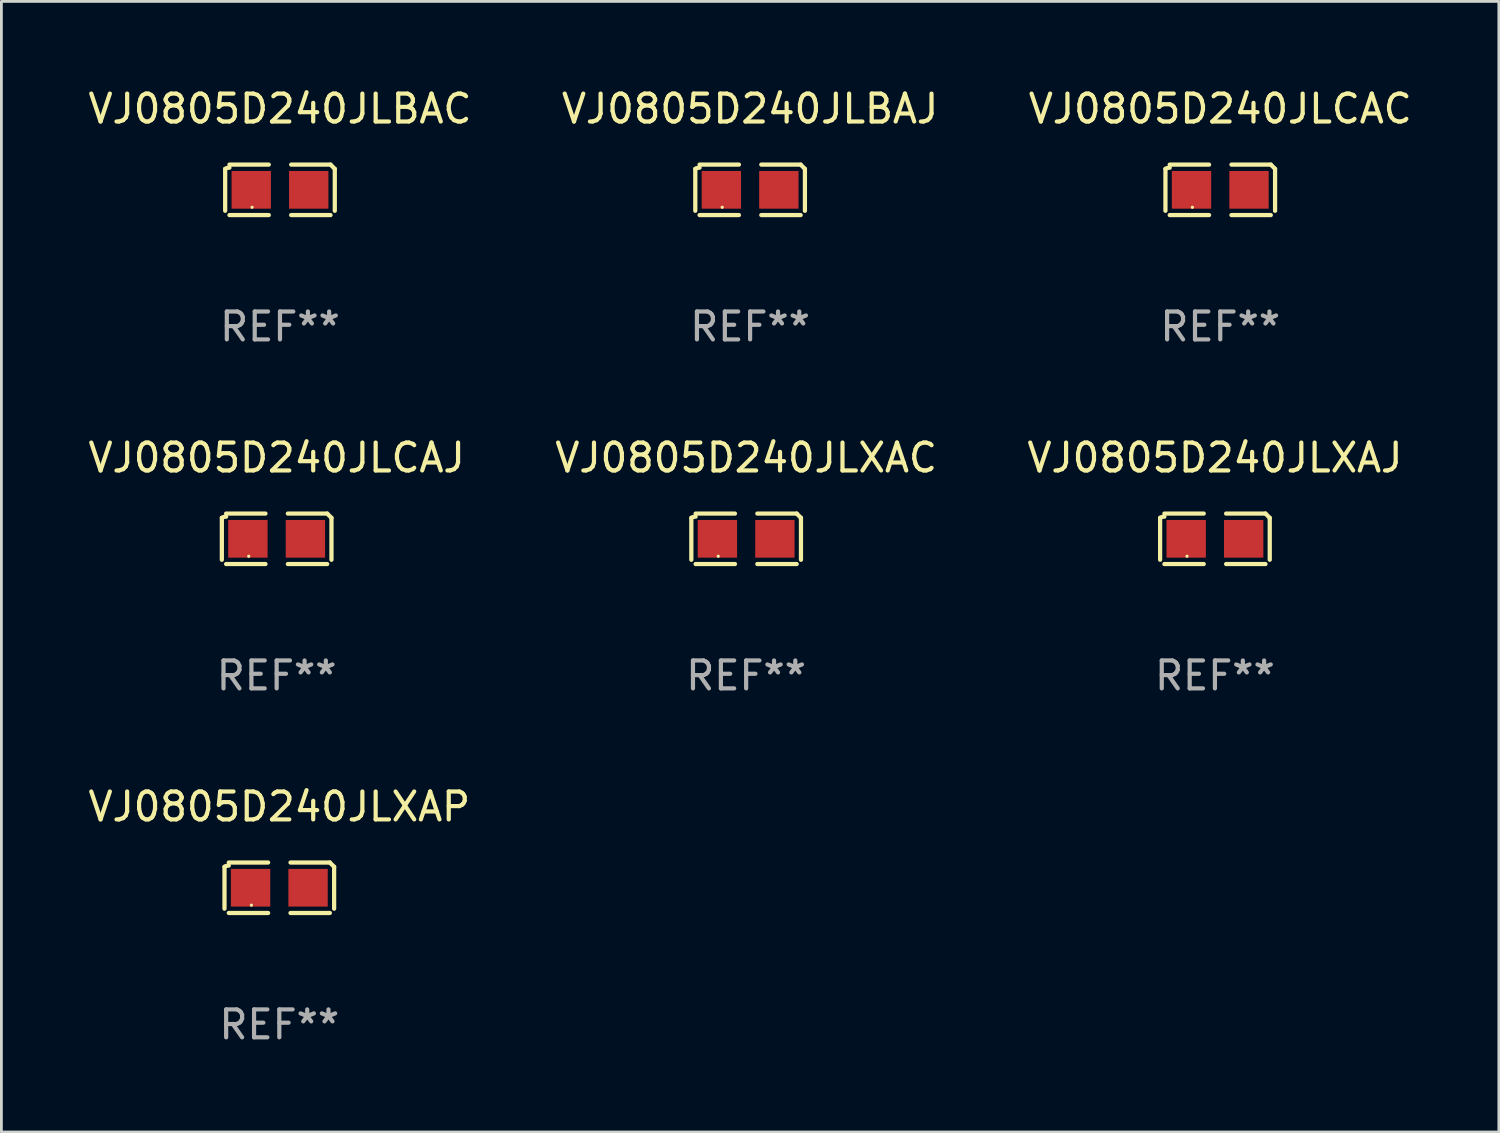
<source format=kicad_pcb>
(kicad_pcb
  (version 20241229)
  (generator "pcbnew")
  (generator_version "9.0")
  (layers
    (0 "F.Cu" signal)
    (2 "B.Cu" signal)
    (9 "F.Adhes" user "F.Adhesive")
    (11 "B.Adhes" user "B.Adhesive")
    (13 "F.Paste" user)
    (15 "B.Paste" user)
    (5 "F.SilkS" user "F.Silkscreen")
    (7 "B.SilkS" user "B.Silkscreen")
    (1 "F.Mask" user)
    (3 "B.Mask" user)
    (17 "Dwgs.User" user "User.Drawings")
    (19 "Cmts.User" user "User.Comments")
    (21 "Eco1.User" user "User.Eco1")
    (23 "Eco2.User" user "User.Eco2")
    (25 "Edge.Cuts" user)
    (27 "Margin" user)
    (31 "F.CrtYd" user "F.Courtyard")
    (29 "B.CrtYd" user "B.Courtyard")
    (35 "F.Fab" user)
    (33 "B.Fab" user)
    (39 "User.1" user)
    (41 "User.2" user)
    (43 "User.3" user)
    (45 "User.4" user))
  (footprint "VJ0805D240JLCAC"
    (layer "F.Cu")
    (at 40.673 3.752)
    (property "Reference" "VJ0805D240JLCAC" (at 0 -2.904 0) (layer "F.SilkS") (effects (font (size 1 1) (thickness 0.15))))
    (attr through_hole)
    (fp_line (start -1.964 0.751) (end -1.964 -0.751) (stroke (width 0.152) (type solid)) (layer "F.SilkS"))
    (fp_line (start -1.811 -0.904) (end -0.401 -0.904) (stroke (width 0.152) (type solid)) (layer "F.SilkS"))
    (fp_line (start -0.401 0.904) (end -1.811 0.904) (stroke (width 0.152) (type solid)) (layer "F.SilkS"))
    (fp_line (start 0.401 0.904) (end 1.811 0.904) (stroke (width 0.152) (type solid)) (layer "F.SilkS"))
    (fp_line (start 1.811 -0.904) (end 0.401 -0.904) (stroke (width 0.152) (type solid)) (layer "F.SilkS"))
    (fp_line (start 1.964 0.751) (end 1.964 -0.751) (stroke (width 0.152) (type solid)) (layer "F.SilkS"))
    (fp_arc (start -1.963602 -0.751207) (mid -1.890354 -0.783131) (end -1.811201 -0.794044) (stroke (width 0.1524) (type solid)) (layer "F.SilkS"))
    (fp_arc (start 1.811202 -0.903607) (mid 1.887413 -0.827418) (end 1.963602 -0.751207) (stroke (width 0.1524) (type solid)) (layer "F.SilkS"))
    (fp_circle (center -1 0.625) (end -0.97 0.625) (stroke (width 0.06) (type solid)) (fill no) (layer "F.SilkS"))
    (fp_text user "REF**" (at 0 4.904 0) (layer "F.Fab") (effects (font (size 1 1) (thickness 0.15))))
    (pad "1" smd rect (at -1.03 0) (size 1.41 1.35) (layers "F.Cu" "F.Mask" "F.Paste"))
    (pad "2" smd rect (at 1.03 0) (size 1.41 1.35) (layers "F.Cu" "F.Mask" "F.Paste")))
  (footprint "VJ0805D240JLCAJ"
    (layer "F.Cu")
    (at 6.863 16.256)
    (property "Reference" "VJ0805D240JLCAJ" (at 0 -2.904 0) (layer "F.SilkS") (effects (font (size 1 1) (thickness 0.15))))
    (attr through_hole)
    (fp_line (start -1.964 0.751) (end -1.964 -0.751) (stroke (width 0.152) (type solid)) (layer "F.SilkS"))
    (fp_line (start -1.811 -0.904) (end -0.401 -0.904) (stroke (width 0.152) (type solid)) (layer "F.SilkS"))
    (fp_line (start -0.401 0.904) (end -1.811 0.904) (stroke (width 0.152) (type solid)) (layer "F.SilkS"))
    (fp_line (start 0.401 0.904) (end 1.811 0.904) (stroke (width 0.152) (type solid)) (layer "F.SilkS"))
    (fp_line (start 1.811 -0.904) (end 0.401 -0.904) (stroke (width 0.152) (type solid)) (layer "F.SilkS"))
    (fp_line (start 1.964 0.751) (end 1.964 -0.751) (stroke (width 0.152) (type solid)) (layer "F.SilkS"))
    (fp_arc (start -1.963602 -0.751207) (mid -1.890354 -0.783131) (end -1.811201 -0.794044) (stroke (width 0.1524) (type solid)) (layer "F.SilkS"))
    (fp_arc (start 1.811202 -0.903607) (mid 1.887413 -0.827418) (end 1.963602 -0.751207) (stroke (width 0.1524) (type solid)) (layer "F.SilkS"))
    (fp_circle (center -1 0.625) (end -0.97 0.625) (stroke (width 0.06) (type solid)) (fill no) (layer "F.SilkS"))
    (fp_text user "REF**" (at 0 4.904 0) (layer "F.Fab") (effects (font (size 1 1) (thickness 0.15))))
    (pad "1" smd rect (at -1.03 0) (size 1.41 1.35) (layers "F.Cu" "F.Mask" "F.Paste"))
    (pad "2" smd rect (at 1.03 0) (size 1.41 1.35) (layers "F.Cu" "F.Mask" "F.Paste")))
  (footprint "VJ0805D240JLBAJ"
    (layer "F.Cu")
    (at 23.827 3.752)
    (property "Reference" "VJ0805D240JLBAJ" (at 0 -2.904 0) (layer "F.SilkS") (effects (font (size 1 1) (thickness 0.15))))
    (attr through_hole)
    (fp_line (start -1.964 0.751) (end -1.964 -0.751) (stroke (width 0.152) (type solid)) (layer "F.SilkS"))
    (fp_line (start -1.811 -0.904) (end -0.401 -0.904) (stroke (width 0.152) (type solid)) (layer "F.SilkS"))
    (fp_line (start -0.401 0.904) (end -1.811 0.904) (stroke (width 0.152) (type solid)) (layer "F.SilkS"))
    (fp_line (start 0.401 0.904) (end 1.811 0.904) (stroke (width 0.152) (type solid)) (layer "F.SilkS"))
    (fp_line (start 1.811 -0.904) (end 0.401 -0.904) (stroke (width 0.152) (type solid)) (layer "F.SilkS"))
    (fp_line (start 1.964 0.751) (end 1.964 -0.751) (stroke (width 0.152) (type solid)) (layer "F.SilkS"))
    (fp_arc (start -1.963602 -0.751207) (mid -1.890354 -0.783131) (end -1.811201 -0.794044) (stroke (width 0.1524) (type solid)) (layer "F.SilkS"))
    (fp_arc (start 1.811202 -0.903607) (mid 1.887413 -0.827418) (end 1.963602 -0.751207) (stroke (width 0.1524) (type solid)) (layer "F.SilkS"))
    (fp_circle (center -1 0.625) (end -0.97 0.625) (stroke (width 0.06) (type solid)) (fill no) (layer "F.SilkS"))
    (fp_text user "REF**" (at 0 4.904 0) (layer "F.Fab") (effects (font (size 1 1) (thickness 0.15))))
    (pad "1" smd rect (at -1.03 0) (size 1.41 1.35) (layers "F.Cu" "F.Mask" "F.Paste"))
    (pad "2" smd rect (at 1.03 0) (size 1.41 1.35) (layers "F.Cu" "F.Mask" "F.Paste")))
  (footprint "VJ0805D240JLBAC"
    (layer "F.Cu")
    (at 6.982 3.752)
    (property "Reference" "VJ0805D240JLBAC" (at 0 -2.904 0) (layer "F.SilkS") (effects (font (size 1 1) (thickness 0.15))))
    (attr through_hole)
    (fp_line (start -1.964 0.751) (end -1.964 -0.751) (stroke (width 0.152) (type solid)) (layer "F.SilkS"))
    (fp_line (start -1.811 -0.904) (end -0.401 -0.904) (stroke (width 0.152) (type solid)) (layer "F.SilkS"))
    (fp_line (start -0.401 0.904) (end -1.811 0.904) (stroke (width 0.152) (type solid)) (layer "F.SilkS"))
    (fp_line (start 0.401 0.904) (end 1.811 0.904) (stroke (width 0.152) (type solid)) (layer "F.SilkS"))
    (fp_line (start 1.811 -0.904) (end 0.401 -0.904) (stroke (width 0.152) (type solid)) (layer "F.SilkS"))
    (fp_line (start 1.964 0.751) (end 1.964 -0.751) (stroke (width 0.152) (type solid)) (layer "F.SilkS"))
    (fp_arc (start -1.963602 -0.751207) (mid -1.890354 -0.783131) (end -1.811201 -0.794044) (stroke (width 0.1524) (type solid)) (layer "F.SilkS"))
    (fp_arc (start 1.811202 -0.903607) (mid 1.887413 -0.827418) (end 1.963602 -0.751207) (stroke (width 0.1524) (type solid)) (layer "F.SilkS"))
    (fp_circle (center -1 0.625) (end -0.97 0.625) (stroke (width 0.06) (type solid)) (fill no) (layer "F.SilkS"))
    (fp_text user "REF**" (at 0 4.904 0) (layer "F.Fab") (effects (font (size 1 1) (thickness 0.15))))
    (pad "1" smd rect (at -1.03 0) (size 1.41 1.35) (layers "F.Cu" "F.Mask" "F.Paste"))
    (pad "2" smd rect (at 1.03 0) (size 1.41 1.35) (layers "F.Cu" "F.Mask" "F.Paste")))
  (footprint "VJ0805D240JLXAP"
    (layer "F.Cu")
    (at 6.958 28.759)
    (property "Reference" "VJ0805D240JLXAP" (at 0 -2.904 0) (layer "F.SilkS") (effects (font (size 1 1) (thickness 0.15))))
    (attr through_hole)
    (fp_line (start -1.964 0.751) (end -1.964 -0.751) (stroke (width 0.152) (type solid)) (layer "F.SilkS"))
    (fp_line (start -1.811 -0.904) (end -0.401 -0.904) (stroke (width 0.152) (type solid)) (layer "F.SilkS"))
    (fp_line (start -0.401 0.904) (end -1.811 0.904) (stroke (width 0.152) (type solid)) (layer "F.SilkS"))
    (fp_line (start 0.401 0.904) (end 1.811 0.904) (stroke (width 0.152) (type solid)) (layer "F.SilkS"))
    (fp_line (start 1.811 -0.904) (end 0.401 -0.904) (stroke (width 0.152) (type solid)) (layer "F.SilkS"))
    (fp_line (start 1.964 0.751) (end 1.964 -0.751) (stroke (width 0.152) (type solid)) (layer "F.SilkS"))
    (fp_arc (start -1.963602 -0.751207) (mid -1.890354 -0.783131) (end -1.811201 -0.794044) (stroke (width 0.1524) (type solid)) (layer "F.SilkS"))
    (fp_arc (start 1.811202 -0.903607) (mid 1.887413 -0.827418) (end 1.963602 -0.751207) (stroke (width 0.1524) (type solid)) (layer "F.SilkS"))
    (fp_circle (center -1 0.625) (end -0.97 0.625) (stroke (width 0.06) (type solid)) (fill no) (layer "F.SilkS"))
    (fp_text user "REF**" (at 0 4.904 0) (layer "F.Fab") (effects (font (size 1 1) (thickness 0.15))))
    (pad "1" smd rect (at -1.03 0) (size 1.41 1.35) (layers "F.Cu" "F.Mask" "F.Paste"))
    (pad "2" smd rect (at 1.03 0) (size 1.41 1.35) (layers "F.Cu" "F.Mask" "F.Paste")))
  (footprint "VJ0805D240JLXAC"
    (layer "F.Cu")
    (at 23.685 16.256)
    (property "Reference" "VJ0805D240JLXAC" (at 0 -2.904 0) (layer "F.SilkS") (effects (font (size 1 1) (thickness 0.15))))
    (attr through_hole)
    (fp_line (start -1.964 0.751) (end -1.964 -0.751) (stroke (width 0.152) (type solid)) (layer "F.SilkS"))
    (fp_line (start -1.811 -0.904) (end -0.401 -0.904) (stroke (width 0.152) (type solid)) (layer "F.SilkS"))
    (fp_line (start -0.401 0.904) (end -1.811 0.904) (stroke (width 0.152) (type solid)) (layer "F.SilkS"))
    (fp_line (start 0.401 0.904) (end 1.811 0.904) (stroke (width 0.152) (type solid)) (layer "F.SilkS"))
    (fp_line (start 1.811 -0.904) (end 0.401 -0.904) (stroke (width 0.152) (type solid)) (layer "F.SilkS"))
    (fp_line (start 1.964 0.751) (end 1.964 -0.751) (stroke (width 0.152) (type solid)) (layer "F.SilkS"))
    (fp_arc (start -1.963602 -0.751207) (mid -1.890354 -0.783131) (end -1.811201 -0.794044) (stroke (width 0.1524) (type solid)) (layer "F.SilkS"))
    (fp_arc (start 1.811202 -0.903607) (mid 1.887413 -0.827418) (end 1.963602 -0.751207) (stroke (width 0.1524) (type solid)) (layer "F.SilkS"))
    (fp_circle (center -1 0.625) (end -0.97 0.625) (stroke (width 0.06) (type solid)) (fill no) (layer "F.SilkS"))
    (fp_text user "REF**" (at 0 4.904 0) (layer "F.Fab") (effects (font (size 1 1) (thickness 0.15))))
    (pad "1" smd rect (at -1.03 0) (size 1.41 1.35) (layers "F.Cu" "F.Mask" "F.Paste"))
    (pad "2" smd rect (at 1.03 0) (size 1.41 1.35) (layers "F.Cu" "F.Mask" "F.Paste")))
  (footprint "VJ0805D240JLXAJ"
    (layer "F.Cu")
    (at 40.482 16.256)
    (property "Reference" "VJ0805D240JLXAJ" (at 0 -2.904 0) (layer "F.SilkS") (effects (font (size 1 1) (thickness 0.15))))
    (attr through_hole)
    (fp_line (start -1.964 0.751) (end -1.964 -0.751) (stroke (width 0.152) (type solid)) (layer "F.SilkS"))
    (fp_line (start -1.811 -0.904) (end -0.401 -0.904) (stroke (width 0.152) (type solid)) (layer "F.SilkS"))
    (fp_line (start -0.401 0.904) (end -1.811 0.904) (stroke (width 0.152) (type solid)) (layer "F.SilkS"))
    (fp_line (start 0.401 0.904) (end 1.811 0.904) (stroke (width 0.152) (type solid)) (layer "F.SilkS"))
    (fp_line (start 1.811 -0.904) (end 0.401 -0.904) (stroke (width 0.152) (type solid)) (layer "F.SilkS"))
    (fp_line (start 1.964 0.751) (end 1.964 -0.751) (stroke (width 0.152) (type solid)) (layer "F.SilkS"))
    (fp_arc (start -1.963602 -0.751207) (mid -1.890354 -0.783131) (end -1.811201 -0.794044) (stroke (width 0.1524) (type solid)) (layer "F.SilkS"))
    (fp_arc (start 1.811202 -0.903607) (mid 1.887413 -0.827418) (end 1.963602 -0.751207) (stroke (width 0.1524) (type solid)) (layer "F.SilkS"))
    (fp_circle (center -1 0.625) (end -0.97 0.625) (stroke (width 0.06) (type solid)) (fill no) (layer "F.SilkS"))
    (fp_text user "REF**" (at 0 4.904 0) (layer "F.Fab") (effects (font (size 1 1) (thickness 0.15))))
    (pad "1" smd rect (at -1.03 0) (size 1.41 1.35) (layers "F.Cu" "F.Mask" "F.Paste"))
    (pad "2" smd rect (at 1.03 0) (size 1.41 1.35) (layers "F.Cu" "F.Mask" "F.Paste")))
  (gr_rect
    (start -3 -3)
    (end 50.655 37.511)
    (stroke (width 0.1) (type default))
    (fill no)
    (layer "Edge.Cuts")))
</source>
